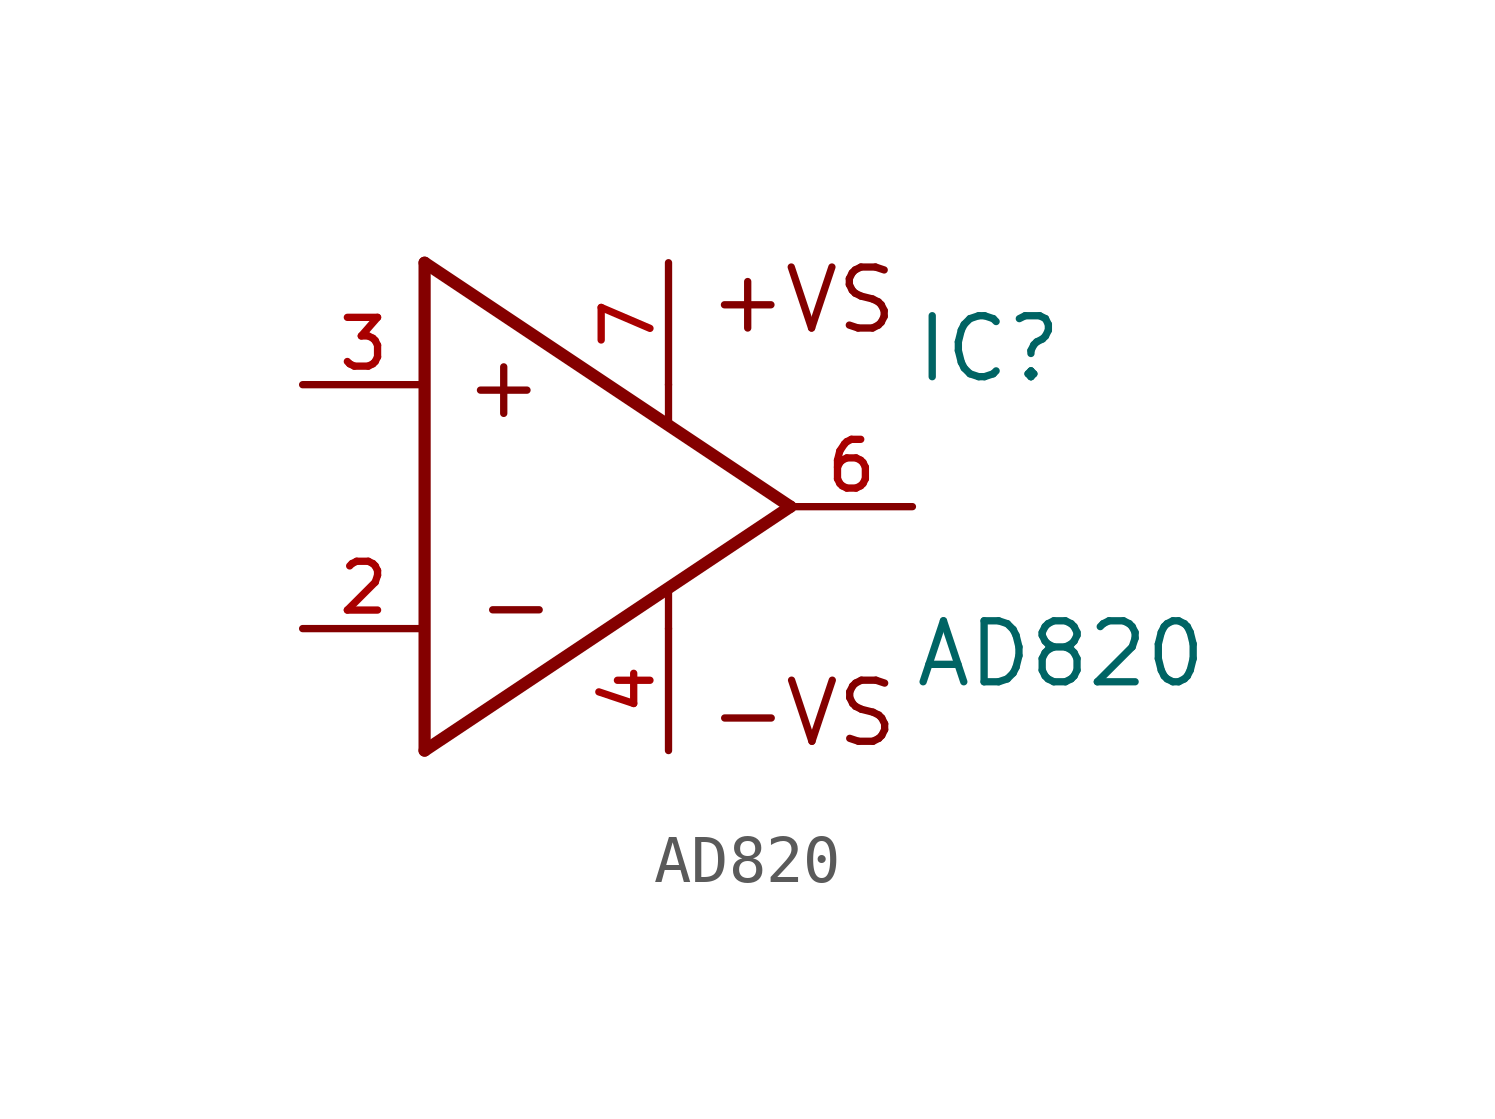
<source format=kicad_sym>
(kicad_symbol_lib
  (version 20211014)
  (generator kicad_symbol_editor)
  (symbol "AD820"
    (pin_names
      (offset 1.016))
    (property "Reference" "IC"
      (at 7.63 2.543 0)
      (effects (font (size 1.27 1.27)) (justify bottom left)))
    (property "Value" "AD820"
      (at 7.622 -3.811 0)
      (effects (font (size 1.27 1.27)) (justify bottom left)))
    (symbol "AD820_0_0"
      (polyline (pts (xy -2.54 5.08) (xy -2.54 -5.08)) (stroke (width 0.254)))
      (polyline (pts (xy -2.54 -5.08) (xy 5.08 0.0)) (stroke (width 0.254)))
      (polyline (pts (xy 5.08 0.0) (xy -2.54 5.08)) (stroke (width 0.254)))
      (polyline (pts (xy 2.54 2.54) (xy 2.54 1.778)) (stroke (width 0.152)))
      (polyline (pts (xy 2.54 -2.54) (xy 2.54 -1.778)) (stroke (width 0.152)))
      (text "+" (at -1.779 1.779 0) (effects (font (size 1.271 1.271)) (justify bottom left)))
      (text "-" (at -1.525 -2.796 0) (effects (font (size 1.271 1.271)) (justify bottom left)))
      (text "+VS" (at 3.303 3.557 0) (effects (font (size 1.27 1.27)) (justify bottom left)))
      (text "-VS" (at 3.307 -3.562 0) (effects (font (size 1.272 1.272)) (justify top left)))
      (pin input line (at -5.08 2.54 0) (length 2.54) (name "~" (effects (font (size 1.016 1.016)))) (number "3" (effects (font (size 1.016 1.016)))))
      (pin input line (at -5.08 -2.54 0) (length 2.54) (name "~" (effects (font (size 1.016 1.016)))) (number "2" (effects (font (size 1.016 1.016)))))
      (pin output line (at 7.62 0.0 180.0) (length 2.54) (name "~" (effects (font (size 1.016 1.016)))) (number "6" (effects (font (size 1.016 1.016)))))
      (pin input line (at 2.54 -5.08 90.0) (length 2.54) (name "~" (effects (font (size 1.016 1.016)))) (number "4" (effects (font (size 1.016 1.016)))))
      (pin input line (at 2.54 5.08 270.0) (length 2.54) (name "~" (effects (font (size 1.016 1.016)))) (number "7" (effects (font (size 1.016 1.016))))))))
</source>
